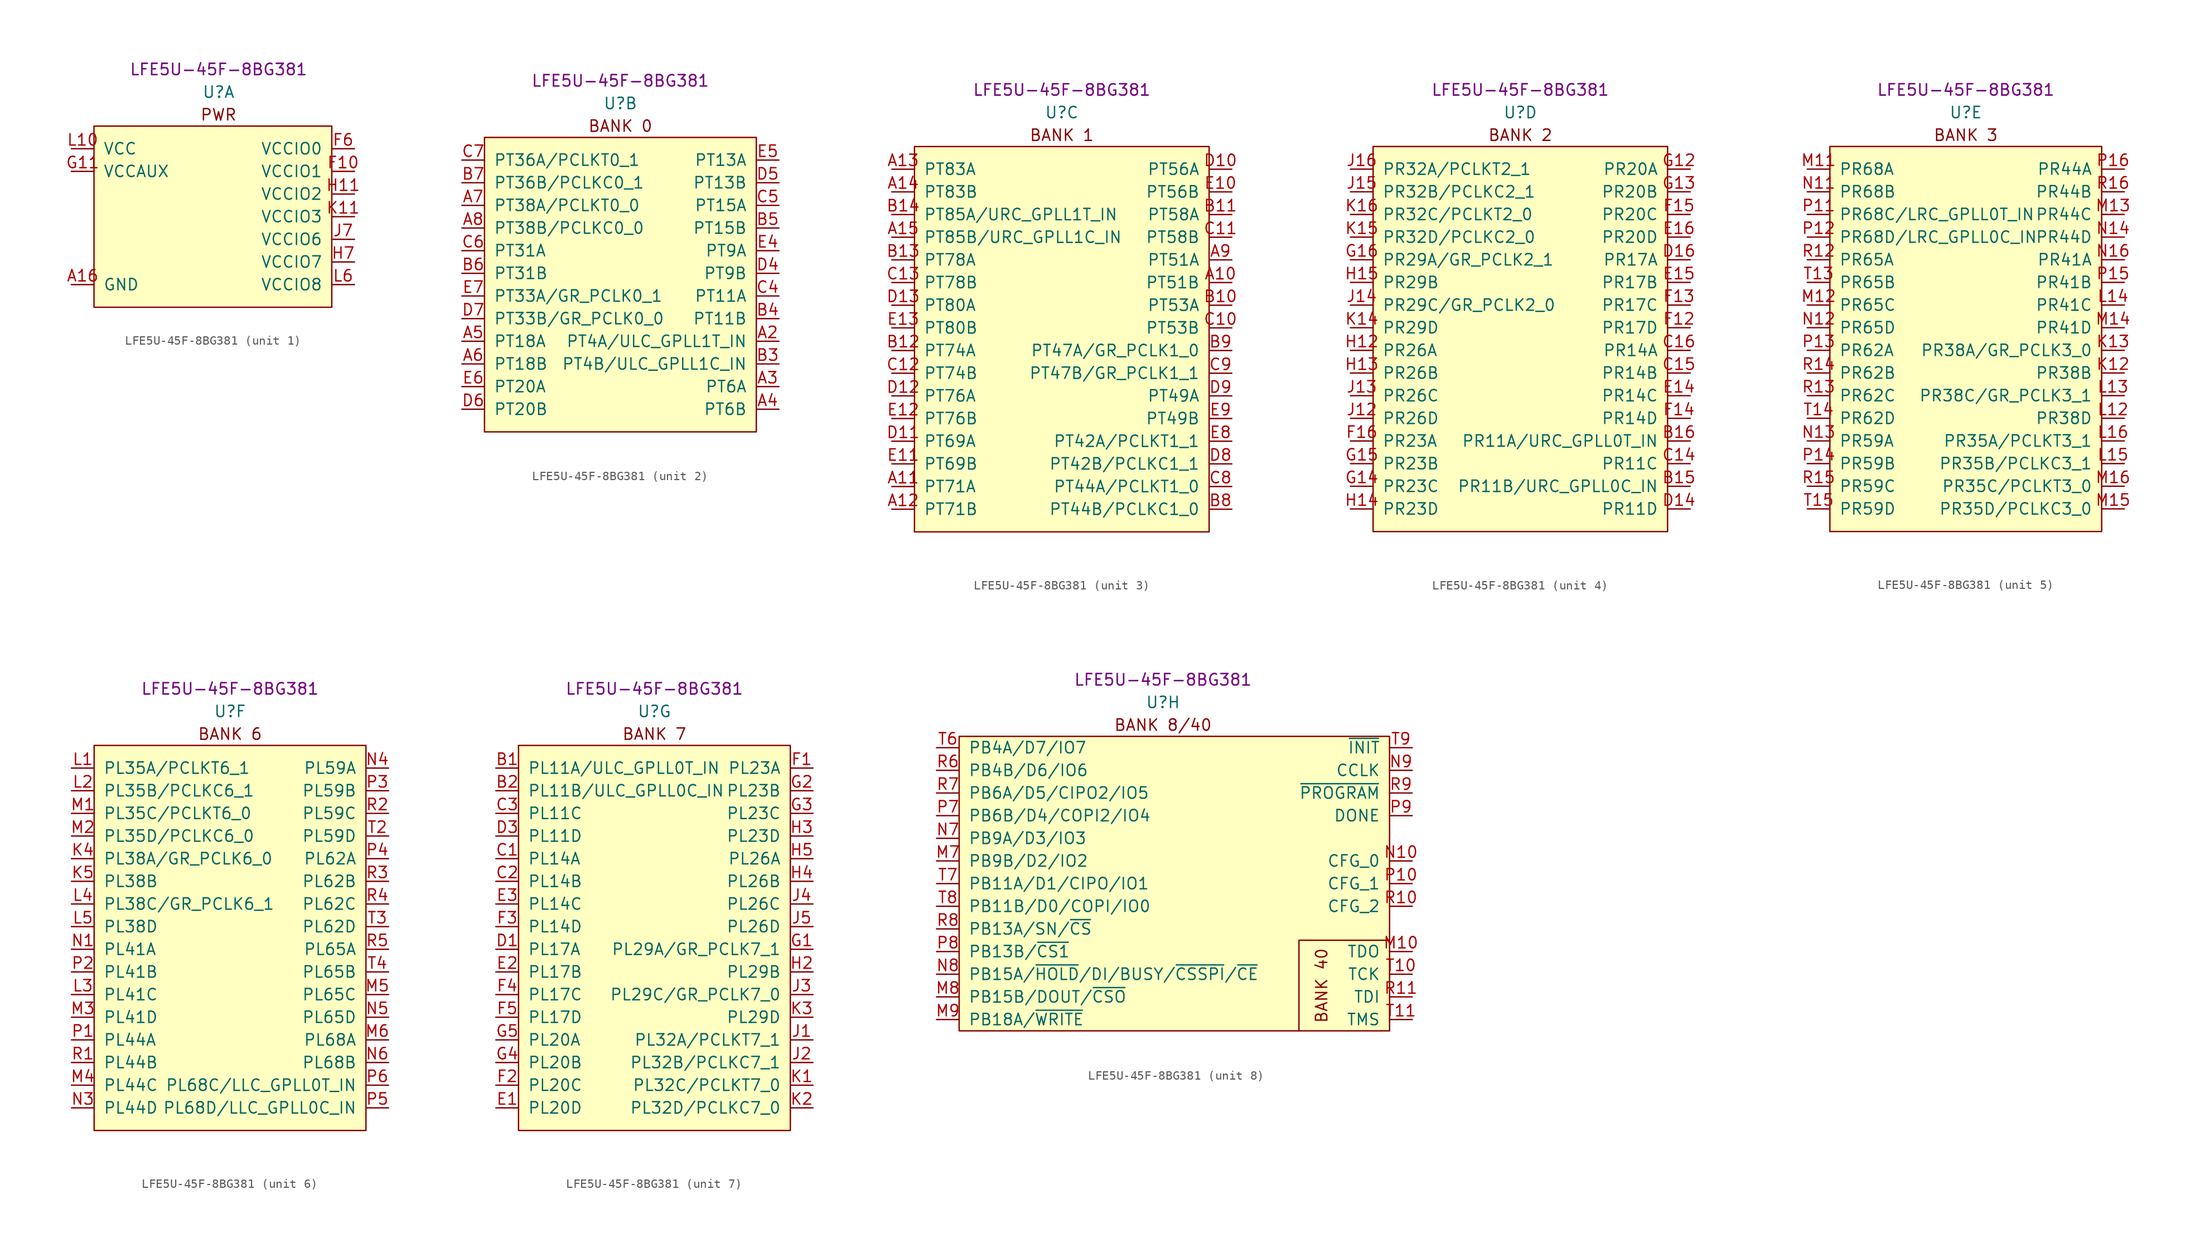
<source format=kicad_sym>
(kicad_symbol_lib
  (version 20231120)
  (generator "kicad_symbol_editor")
  (generator_version "8.0")
  (symbol "LFE5U-45F-8BG381"
    (pin_names
      (offset 1.016))
    (property "Reference" "U"
      (at 0 6.35 0)
      (effects (font (size 1.27 1.27))))
    (property "Value" "LFE5U-45F-8BG381"
      (at 0 8.89 0)
      (effects (font (size 1.27 1.27))))
    (property "MPN" "LFE5U-45F-8BG381"
      (at 0 8.89 0)
      (effects (font (size 1.27 1.27))))
    (property "ki_locked" ""
      (at 0 0 0)
      (effects (font (size 1.27 1.27))))
    (symbol "LFE5U-45F-8BG381_1_0"
      (text "PWR" (at 0 3.81 0) (effects (font (size 1.27 1.27)))))
    (symbol "LFE5U-45F-8BG381_1_1"
      (rectangle (start -13.97 2.54) (end 12.7 -17.78) (stroke (width 0) (type default)) (fill (type background)))
      (pin passive line (at -16.51 -15.24 0) (length 2.54) hide (name "GND" (effects (font (size 1.27 1.27)))) (number "A1" (effects (font (size 1.27 1.27)))))
      (pin passive line (at -16.51 -15.24 0) (length 2.54) (name "GND" (effects (font (size 1.27 1.27)))) (number "A16" (effects (font (size 1.27 1.27)))))
      (pin passive line (at -16.51 -15.24 0) (length 2.54) hide (name "GND" (effects (font (size 1.27 1.27)))) (number "D15" (effects (font (size 1.27 1.27)))))
      (pin passive line (at -16.51 -15.24 0) (length 2.54) hide (name "GND" (effects (font (size 1.27 1.27)))) (number "D2" (effects (font (size 1.27 1.27)))))
      (pin power_in line (at 15.24 -2.54 180) (length 2.54) (name "VCCIO1" (effects (font (size 1.27 1.27)))) (number "F10" (effects (font (size 1.27 1.27)))))
      (pin passive line (at 15.24 -2.54 180) (length 2.54) hide (name "VCCIO1" (effects (font (size 1.27 1.27)))) (number "F11" (effects (font (size 1.27 1.27)))))
      (pin power_in line (at 15.24 0 180) (length 2.54) (name "VCCIO0" (effects (font (size 1.27 1.27)))) (number "F6" (effects (font (size 1.27 1.27)))))
      (pin passive line (at 15.24 0 180) (length 2.54) hide (name "VCCIO0" (effects (font (size 1.27 1.27)))) (number "F7" (effects (font (size 1.27 1.27)))))
      (pin passive line (at -16.51 -15.24 0) (length 2.54) hide (name "GND" (effects (font (size 1.27 1.27)))) (number "F8" (effects (font (size 1.27 1.27)))))
      (pin passive line (at -16.51 -15.24 0) (length 2.54) hide (name "GND" (effects (font (size 1.27 1.27)))) (number "F9" (effects (font (size 1.27 1.27)))))
      (pin passive line (at -16.51 -15.24 0) (length 2.54) hide (name "GND" (effects (font (size 1.27 1.27)))) (number "G10" (effects (font (size 1.27 1.27)))))
      (pin power_in line (at -16.51 -2.54 0) (length 2.54) (name "VCCAUX" (effects (font (size 1.27 1.27)))) (number "G11" (effects (font (size 1.27 1.27)))))
      (pin passive line (at -16.51 0 0) (length 2.54) hide (name "VCC" (effects (font (size 1.27 1.27)))) (number "G6" (effects (font (size 1.27 1.27)))))
      (pin passive line (at -16.51 0 0) (length 2.54) hide (name "VCC" (effects (font (size 1.27 1.27)))) (number "G7" (effects (font (size 1.27 1.27)))))
      (pin passive line (at -16.51 -15.24 0) (length 2.54) hide (name "GND" (effects (font (size 1.27 1.27)))) (number "G8" (effects (font (size 1.27 1.27)))))
      (pin passive line (at -16.51 0 0) (length 2.54) hide (name "VCC" (effects (font (size 1.27 1.27)))) (number "G9" (effects (font (size 1.27 1.27)))))
      (pin passive line (at -16.51 -15.24 0) (length 2.54) hide (name "GND" (effects (font (size 1.27 1.27)))) (number "H1" (effects (font (size 1.27 1.27)))))
      (pin passive line (at -16.51 -15.24 0) (length 2.54) hide (name "GND" (effects (font (size 1.27 1.27)))) (number "H10" (effects (font (size 1.27 1.27)))))
      (pin power_in line (at 15.24 -5.08 180) (length 2.54) (name "VCCIO2" (effects (font (size 1.27 1.27)))) (number "H11" (effects (font (size 1.27 1.27)))))
      (pin passive line (at -16.51 -15.24 0) (length 2.54) hide (name "GND" (effects (font (size 1.27 1.27)))) (number "H16" (effects (font (size 1.27 1.27)))))
      (pin passive line (at 15.24 -12.7 180) (length 2.54) hide (name "VCCIO7" (effects (font (size 1.27 1.27)))) (number "H6" (effects (font (size 1.27 1.27)))))
      (pin power_in line (at 15.24 -12.7 180) (length 2.54) (name "VCCIO7" (effects (font (size 1.27 1.27)))) (number "H7" (effects (font (size 1.27 1.27)))))
      (pin passive line (at -16.51 -15.24 0) (length 2.54) hide (name "GND" (effects (font (size 1.27 1.27)))) (number "H8" (effects (font (size 1.27 1.27)))))
      (pin passive line (at -16.51 -15.24 0) (length 2.54) hide (name "GND" (effects (font (size 1.27 1.27)))) (number "H9" (effects (font (size 1.27 1.27)))))
      (pin passive line (at -16.51 -15.24 0) (length 2.54) hide (name "GND" (effects (font (size 1.27 1.27)))) (number "J10" (effects (font (size 1.27 1.27)))))
      (pin passive line (at 15.24 -5.08 180) (length 2.54) hide (name "VCCIO2" (effects (font (size 1.27 1.27)))) (number "J11" (effects (font (size 1.27 1.27)))))
      (pin passive line (at 15.24 -10.16 180) (length 2.54) hide (name "VCCIO6" (effects (font (size 1.27 1.27)))) (number "J6" (effects (font (size 1.27 1.27)))))
      (pin power_in line (at 15.24 -10.16 180) (length 2.54) (name "VCCIO6" (effects (font (size 1.27 1.27)))) (number "J7" (effects (font (size 1.27 1.27)))))
      (pin passive line (at -16.51 -15.24 0) (length 2.54) hide (name "GND" (effects (font (size 1.27 1.27)))) (number "J8" (effects (font (size 1.27 1.27)))))
      (pin passive line (at -16.51 -15.24 0) (length 2.54) hide (name "GND" (effects (font (size 1.27 1.27)))) (number "J9" (effects (font (size 1.27 1.27)))))
      (pin passive line (at -16.51 -15.24 0) (length 2.54) hide (name "GND" (effects (font (size 1.27 1.27)))) (number "K10" (effects (font (size 1.27 1.27)))))
      (pin power_in line (at 15.24 -7.62 180) (length 2.54) (name "VCCIO3" (effects (font (size 1.27 1.27)))) (number "K11" (effects (font (size 1.27 1.27)))))
      (pin passive line (at -16.51 -15.24 0) (length 2.54) hide (name "GND" (effects (font (size 1.27 1.27)))) (number "K6" (effects (font (size 1.27 1.27)))))
      (pin passive line (at -16.51 -15.24 0) (length 2.54) hide (name "GND" (effects (font (size 1.27 1.27)))) (number "K7" (effects (font (size 1.27 1.27)))))
      (pin passive line (at -16.51 -15.24 0) (length 2.54) hide (name "GND" (effects (font (size 1.27 1.27)))) (number "K8" (effects (font (size 1.27 1.27)))))
      (pin passive line (at -16.51 -15.24 0) (length 2.54) hide (name "GND" (effects (font (size 1.27 1.27)))) (number "K9" (effects (font (size 1.27 1.27)))))
      (pin power_in line (at -16.51 0 0) (length 2.54) (name "VCC" (effects (font (size 1.27 1.27)))) (number "L10" (effects (font (size 1.27 1.27)))))
      (pin passive line (at 15.24 -7.62 180) (length 2.54) hide (name "VCCIO3" (effects (font (size 1.27 1.27)))) (number "L11" (effects (font (size 1.27 1.27)))))
      (pin power_in line (at 15.24 -15.24 180) (length 2.54) (name "VCCIO8" (effects (font (size 1.27 1.27)))) (number "L6" (effects (font (size 1.27 1.27)))))
      (pin passive line (at -16.51 -2.54 0) (length 2.54) hide (name "VCCAUX" (effects (font (size 1.27 1.27)))) (number "L7" (effects (font (size 1.27 1.27)))))
      (pin passive line (at -16.51 0 0) (length 2.54) hide (name "VCC" (effects (font (size 1.27 1.27)))) (number "L8" (effects (font (size 1.27 1.27)))))
      (pin passive line (at -16.51 0 0) (length 2.54) hide (name "VCC" (effects (font (size 1.27 1.27)))) (number "L9" (effects (font (size 1.27 1.27)))))
      (pin passive line (at -16.51 -15.24 0) (length 2.54) hide (name "GND" (effects (font (size 1.27 1.27)))) (number "N15" (effects (font (size 1.27 1.27)))))
      (pin passive line (at -16.51 -15.24 0) (length 2.54) hide (name "GND" (effects (font (size 1.27 1.27)))) (number "N2" (effects (font (size 1.27 1.27)))))
      (pin passive line (at -16.51 -15.24 0) (length 2.54) hide (name "GND" (effects (font (size 1.27 1.27)))) (number "T1" (effects (font (size 1.27 1.27)))))
      (pin passive line (at -16.51 -15.24 0) (length 2.54) hide (name "GND" (effects (font (size 1.27 1.27)))) (number "T12" (effects (font (size 1.27 1.27)))))
      (pin passive line (at -16.51 -15.24 0) (length 2.54) hide (name "GND" (effects (font (size 1.27 1.27)))) (number "T16" (effects (font (size 1.27 1.27)))))
      (pin passive line (at -16.51 -15.24 0) (length 2.54) hide (name "GND" (effects (font (size 1.27 1.27)))) (number "T5" (effects (font (size 1.27 1.27))))))
    (symbol "LFE5U-45F-8BG381_2_0"
      (rectangle (start -15.24 2.54) (end 15.24 -30.48) (stroke (width 0) (type default)) (fill (type background)))
      (text "BANK 0" (at 0 3.81 0) (effects (font (size 1.27 1.27)))))
    (symbol "LFE5U-45F-8BG381_2_1"
      (pin bidirectional line (at 17.78 -20.32 180) (length 2.54) (name "PT4A/ULC_GPLL1T_IN" (effects (font (size 1.27 1.27)))) (number "A2" (effects (font (size 1.27 1.27)))))
      (pin bidirectional line (at 17.78 -25.4 180) (length 2.54) (name "PT6A" (effects (font (size 1.27 1.27)))) (number "A3" (effects (font (size 1.27 1.27)))))
      (pin bidirectional line (at 17.78 -27.94 180) (length 2.54) (name "PT6B" (effects (font (size 1.27 1.27)))) (number "A4" (effects (font (size 1.27 1.27)))))
      (pin bidirectional line (at -17.78 -20.32 0) (length 2.54) (name "PT18A" (effects (font (size 1.27 1.27)))) (number "A5" (effects (font (size 1.27 1.27)))))
      (pin bidirectional line (at -17.78 -22.86 0) (length 2.54) (name "PT18B" (effects (font (size 1.27 1.27)))) (number "A6" (effects (font (size 1.27 1.27)))))
      (pin bidirectional line (at -17.78 -5.08 0) (length 2.54) (name "PT38A/PCLKT0_0" (effects (font (size 1.27 1.27)))) (number "A7" (effects (font (size 1.27 1.27)))))
      (pin bidirectional line (at -17.78 -7.62 0) (length 2.54) (name "PT38B/PCLKC0_0" (effects (font (size 1.27 1.27)))) (number "A8" (effects (font (size 1.27 1.27)))))
      (pin bidirectional line (at 17.78 -22.86 180) (length 2.54) (name "PT4B/ULC_GPLL1C_IN" (effects (font (size 1.27 1.27)))) (number "B3" (effects (font (size 1.27 1.27)))))
      (pin bidirectional line (at 17.78 -17.78 180) (length 2.54) (name "PT11B" (effects (font (size 1.27 1.27)))) (number "B4" (effects (font (size 1.27 1.27)))))
      (pin bidirectional line (at 17.78 -7.62 180) (length 2.54) (name "PT15B" (effects (font (size 1.27 1.27)))) (number "B5" (effects (font (size 1.27 1.27)))))
      (pin bidirectional line (at -17.78 -12.7 0) (length 2.54) (name "PT31B" (effects (font (size 1.27 1.27)))) (number "B6" (effects (font (size 1.27 1.27)))))
      (pin bidirectional line (at -17.78 -2.54 0) (length 2.54) (name "PT36B/PCLKC0_1" (effects (font (size 1.27 1.27)))) (number "B7" (effects (font (size 1.27 1.27)))))
      (pin bidirectional line (at 17.78 -15.24 180) (length 2.54) (name "PT11A" (effects (font (size 1.27 1.27)))) (number "C4" (effects (font (size 1.27 1.27)))))
      (pin bidirectional line (at 17.78 -5.08 180) (length 2.54) (name "PT15A" (effects (font (size 1.27 1.27)))) (number "C5" (effects (font (size 1.27 1.27)))))
      (pin bidirectional line (at -17.78 -10.16 0) (length 2.54) (name "PT31A" (effects (font (size 1.27 1.27)))) (number "C6" (effects (font (size 1.27 1.27)))))
      (pin bidirectional line (at -17.78 0 0) (length 2.54) (name "PT36A/PCLKT0_1" (effects (font (size 1.27 1.27)))) (number "C7" (effects (font (size 1.27 1.27)))))
      (pin bidirectional line (at 17.78 -12.7 180) (length 2.54) (name "PT9B" (effects (font (size 1.27 1.27)))) (number "D4" (effects (font (size 1.27 1.27)))))
      (pin bidirectional line (at 17.78 -2.54 180) (length 2.54) (name "PT13B" (effects (font (size 1.27 1.27)))) (number "D5" (effects (font (size 1.27 1.27)))))
      (pin bidirectional line (at -17.78 -27.94 0) (length 2.54) (name "PT20B" (effects (font (size 1.27 1.27)))) (number "D6" (effects (font (size 1.27 1.27)))))
      (pin bidirectional line (at -17.78 -17.78 0) (length 2.54) (name "PT33B/GR_PCLK0_0" (effects (font (size 1.27 1.27)))) (number "D7" (effects (font (size 1.27 1.27)))))
      (pin bidirectional line (at 17.78 -10.16 180) (length 2.54) (name "PT9A" (effects (font (size 1.27 1.27)))) (number "E4" (effects (font (size 1.27 1.27)))))
      (pin bidirectional line (at 17.78 0 180) (length 2.54) (name "PT13A" (effects (font (size 1.27 1.27)))) (number "E5" (effects (font (size 1.27 1.27)))))
      (pin bidirectional line (at -17.78 -25.4 0) (length 2.54) (name "PT20A" (effects (font (size 1.27 1.27)))) (number "E6" (effects (font (size 1.27 1.27)))))
      (pin bidirectional line (at -17.78 -15.24 0) (length 2.54) (name "PT33A/GR_PCLK0_1" (effects (font (size 1.27 1.27)))) (number "E7" (effects (font (size 1.27 1.27))))))
    (symbol "LFE5U-45F-8BG381_3_0"
      (rectangle (start -16.51 2.54) (end 16.51 -40.64) (stroke (width 0) (type default)) (fill (type background)))
      (text "BANK 1" (at 0 3.81 0) (effects (font (size 1.27 1.27)))))
    (symbol "LFE5U-45F-8BG381_3_1"
      (pin bidirectional line (at 19.05 -12.7 180) (length 2.54) (name "PT51B" (effects (font (size 1.27 1.27)))) (number "A10" (effects (font (size 1.27 1.27)))))
      (pin bidirectional line (at -19.05 -35.56 0) (length 2.54) (name "PT71A" (effects (font (size 1.27 1.27)))) (number "A11" (effects (font (size 1.27 1.27)))))
      (pin bidirectional line (at -19.05 -38.1 0) (length 2.54) (name "PT71B" (effects (font (size 1.27 1.27)))) (number "A12" (effects (font (size 1.27 1.27)))))
      (pin bidirectional line (at -19.05 0 0) (length 2.54) (name "PT83A" (effects (font (size 1.27 1.27)))) (number "A13" (effects (font (size 1.27 1.27)))))
      (pin bidirectional line (at -19.05 -2.54 0) (length 2.54) (name "PT83B" (effects (font (size 1.27 1.27)))) (number "A14" (effects (font (size 1.27 1.27)))))
      (pin bidirectional line (at -19.05 -7.62 0) (length 2.54) (name "PT85B/URC_GPLL1C_IN" (effects (font (size 1.27 1.27)))) (number "A15" (effects (font (size 1.27 1.27)))))
      (pin bidirectional line (at 19.05 -10.16 180) (length 2.54) (name "PT51A" (effects (font (size 1.27 1.27)))) (number "A9" (effects (font (size 1.27 1.27)))))
      (pin bidirectional line (at 19.05 -15.24 180) (length 2.54) (name "PT53A" (effects (font (size 1.27 1.27)))) (number "B10" (effects (font (size 1.27 1.27)))))
      (pin bidirectional line (at 19.05 -5.08 180) (length 2.54) (name "PT58A" (effects (font (size 1.27 1.27)))) (number "B11" (effects (font (size 1.27 1.27)))))
      (pin bidirectional line (at -19.05 -20.32 0) (length 2.54) (name "PT74A" (effects (font (size 1.27 1.27)))) (number "B12" (effects (font (size 1.27 1.27)))))
      (pin bidirectional line (at -19.05 -10.16 0) (length 2.54) (name "PT78A" (effects (font (size 1.27 1.27)))) (number "B13" (effects (font (size 1.27 1.27)))))
      (pin bidirectional line (at -19.05 -5.08 0) (length 2.54) (name "PT85A/URC_GPLL1T_IN" (effects (font (size 1.27 1.27)))) (number "B14" (effects (font (size 1.27 1.27)))))
      (pin bidirectional line (at 19.05 -38.1 180) (length 2.54) (name "PT44B/PCLKC1_0" (effects (font (size 1.27 1.27)))) (number "B8" (effects (font (size 1.27 1.27)))))
      (pin bidirectional line (at 19.05 -20.32 180) (length 2.54) (name "PT47A/GR_PCLK1_0" (effects (font (size 1.27 1.27)))) (number "B9" (effects (font (size 1.27 1.27)))))
      (pin bidirectional line (at 19.05 -17.78 180) (length 2.54) (name "PT53B" (effects (font (size 1.27 1.27)))) (number "C10" (effects (font (size 1.27 1.27)))))
      (pin bidirectional line (at 19.05 -7.62 180) (length 2.54) (name "PT58B" (effects (font (size 1.27 1.27)))) (number "C11" (effects (font (size 1.27 1.27)))))
      (pin bidirectional line (at -19.05 -22.86 0) (length 2.54) (name "PT74B" (effects (font (size 1.27 1.27)))) (number "C12" (effects (font (size 1.27 1.27)))))
      (pin bidirectional line (at -19.05 -12.7 0) (length 2.54) (name "PT78B" (effects (font (size 1.27 1.27)))) (number "C13" (effects (font (size 1.27 1.27)))))
      (pin bidirectional line (at 19.05 -35.56 180) (length 2.54) (name "PT44A/PCLKT1_0" (effects (font (size 1.27 1.27)))) (number "C8" (effects (font (size 1.27 1.27)))))
      (pin bidirectional line (at 19.05 -22.86 180) (length 2.54) (name "PT47B/GR_PCLK1_1" (effects (font (size 1.27 1.27)))) (number "C9" (effects (font (size 1.27 1.27)))))
      (pin bidirectional line (at 19.05 0 180) (length 2.54) (name "PT56A" (effects (font (size 1.27 1.27)))) (number "D10" (effects (font (size 1.27 1.27)))))
      (pin bidirectional line (at -19.05 -30.48 0) (length 2.54) (name "PT69A" (effects (font (size 1.27 1.27)))) (number "D11" (effects (font (size 1.27 1.27)))))
      (pin bidirectional line (at -19.05 -25.4 0) (length 2.54) (name "PT76A" (effects (font (size 1.27 1.27)))) (number "D12" (effects (font (size 1.27 1.27)))))
      (pin bidirectional line (at -19.05 -15.24 0) (length 2.54) (name "PT80A" (effects (font (size 1.27 1.27)))) (number "D13" (effects (font (size 1.27 1.27)))))
      (pin bidirectional line (at 19.05 -33.02 180) (length 2.54) (name "PT42B/PCLKC1_1" (effects (font (size 1.27 1.27)))) (number "D8" (effects (font (size 1.27 1.27)))))
      (pin bidirectional line (at 19.05 -25.4 180) (length 2.54) (name "PT49A" (effects (font (size 1.27 1.27)))) (number "D9" (effects (font (size 1.27 1.27)))))
      (pin bidirectional line (at 19.05 -2.54 180) (length 2.54) (name "PT56B" (effects (font (size 1.27 1.27)))) (number "E10" (effects (font (size 1.27 1.27)))))
      (pin bidirectional line (at -19.05 -33.02 0) (length 2.54) (name "PT69B" (effects (font (size 1.27 1.27)))) (number "E11" (effects (font (size 1.27 1.27)))))
      (pin bidirectional line (at -19.05 -27.94 0) (length 2.54) (name "PT76B" (effects (font (size 1.27 1.27)))) (number "E12" (effects (font (size 1.27 1.27)))))
      (pin bidirectional line (at -19.05 -17.78 0) (length 2.54) (name "PT80B" (effects (font (size 1.27 1.27)))) (number "E13" (effects (font (size 1.27 1.27)))))
      (pin bidirectional line (at 19.05 -30.48 180) (length 2.54) (name "PT42A/PCLKT1_1" (effects (font (size 1.27 1.27)))) (number "E8" (effects (font (size 1.27 1.27)))))
      (pin bidirectional line (at 19.05 -27.94 180) (length 2.54) (name "PT49B" (effects (font (size 1.27 1.27)))) (number "E9" (effects (font (size 1.27 1.27))))))
    (symbol "LFE5U-45F-8BG381_4_0"
      (rectangle (start -16.51 2.54) (end 16.51 -40.64) (stroke (width 0) (type default)) (fill (type background)))
      (text "BANK 2" (at 0 3.81 0) (effects (font (size 1.27 1.27)))))
    (symbol "LFE5U-45F-8BG381_4_1"
      (pin bidirectional line (at 19.05 -35.56 180) (length 2.54) (name "PR11B/URC_GPLL0C_IN" (effects (font (size 1.27 1.27)))) (number "B15" (effects (font (size 1.27 1.27)))))
      (pin bidirectional line (at 19.05 -30.48 180) (length 2.54) (name "PR11A/URC_GPLL0T_IN" (effects (font (size 1.27 1.27)))) (number "B16" (effects (font (size 1.27 1.27)))))
      (pin bidirectional line (at 19.05 -33.02 180) (length 2.54) (name "PR11C" (effects (font (size 1.27 1.27)))) (number "C14" (effects (font (size 1.27 1.27)))))
      (pin bidirectional line (at 19.05 -22.86 180) (length 2.54) (name "PR14B" (effects (font (size 1.27 1.27)))) (number "C15" (effects (font (size 1.27 1.27)))))
      (pin bidirectional line (at 19.05 -20.32 180) (length 2.54) (name "PR14A" (effects (font (size 1.27 1.27)))) (number "C16" (effects (font (size 1.27 1.27)))))
      (pin bidirectional line (at 19.05 -38.1 180) (length 2.54) (name "PR11D" (effects (font (size 1.27 1.27)))) (number "D14" (effects (font (size 1.27 1.27)))))
      (pin bidirectional line (at 19.05 -10.16 180) (length 2.54) (name "PR17A" (effects (font (size 1.27 1.27)))) (number "D16" (effects (font (size 1.27 1.27)))))
      (pin bidirectional line (at 19.05 -25.4 180) (length 2.54) (name "PR14C" (effects (font (size 1.27 1.27)))) (number "E14" (effects (font (size 1.27 1.27)))))
      (pin bidirectional line (at 19.05 -12.7 180) (length 2.54) (name "PR17B" (effects (font (size 1.27 1.27)))) (number "E15" (effects (font (size 1.27 1.27)))))
      (pin bidirectional line (at 19.05 -7.62 180) (length 2.54) (name "PR20D" (effects (font (size 1.27 1.27)))) (number "E16" (effects (font (size 1.27 1.27)))))
      (pin bidirectional line (at 19.05 -17.78 180) (length 2.54) (name "PR17D" (effects (font (size 1.27 1.27)))) (number "F12" (effects (font (size 1.27 1.27)))))
      (pin bidirectional line (at 19.05 -15.24 180) (length 2.54) (name "PR17C" (effects (font (size 1.27 1.27)))) (number "F13" (effects (font (size 1.27 1.27)))))
      (pin bidirectional line (at 19.05 -27.94 180) (length 2.54) (name "PR14D" (effects (font (size 1.27 1.27)))) (number "F14" (effects (font (size 1.27 1.27)))))
      (pin bidirectional line (at 19.05 -5.08 180) (length 2.54) (name "PR20C" (effects (font (size 1.27 1.27)))) (number "F15" (effects (font (size 1.27 1.27)))))
      (pin bidirectional line (at -19.05 -30.48 0) (length 2.54) (name "PR23A" (effects (font (size 1.27 1.27)))) (number "F16" (effects (font (size 1.27 1.27)))))
      (pin bidirectional line (at 19.05 0 180) (length 2.54) (name "PR20A" (effects (font (size 1.27 1.27)))) (number "G12" (effects (font (size 1.27 1.27)))))
      (pin bidirectional line (at 19.05 -2.54 180) (length 2.54) (name "PR20B" (effects (font (size 1.27 1.27)))) (number "G13" (effects (font (size 1.27 1.27)))))
      (pin bidirectional line (at -19.05 -35.56 0) (length 2.54) (name "PR23C" (effects (font (size 1.27 1.27)))) (number "G14" (effects (font (size 1.27 1.27)))))
      (pin bidirectional line (at -19.05 -33.02 0) (length 2.54) (name "PR23B" (effects (font (size 1.27 1.27)))) (number "G15" (effects (font (size 1.27 1.27)))))
      (pin bidirectional line (at -19.05 -10.16 0) (length 2.54) (name "PR29A/GR_PCLK2_1" (effects (font (size 1.27 1.27)))) (number "G16" (effects (font (size 1.27 1.27)))))
      (pin bidirectional line (at -19.05 -20.32 0) (length 2.54) (name "PR26A" (effects (font (size 1.27 1.27)))) (number "H12" (effects (font (size 1.27 1.27)))))
      (pin bidirectional line (at -19.05 -22.86 0) (length 2.54) (name "PR26B" (effects (font (size 1.27 1.27)))) (number "H13" (effects (font (size 1.27 1.27)))))
      (pin bidirectional line (at -19.05 -38.1 0) (length 2.54) (name "PR23D" (effects (font (size 1.27 1.27)))) (number "H14" (effects (font (size 1.27 1.27)))))
      (pin bidirectional line (at -19.05 -12.7 0) (length 2.54) (name "PR29B" (effects (font (size 1.27 1.27)))) (number "H15" (effects (font (size 1.27 1.27)))))
      (pin bidirectional line (at -19.05 -27.94 0) (length 2.54) (name "PR26D" (effects (font (size 1.27 1.27)))) (number "J12" (effects (font (size 1.27 1.27)))))
      (pin bidirectional line (at -19.05 -25.4 0) (length 2.54) (name "PR26C" (effects (font (size 1.27 1.27)))) (number "J13" (effects (font (size 1.27 1.27)))))
      (pin bidirectional line (at -19.05 -15.24 0) (length 2.54) (name "PR29C/GR_PCLK2_0" (effects (font (size 1.27 1.27)))) (number "J14" (effects (font (size 1.27 1.27)))))
      (pin bidirectional line (at -19.05 -2.54 0) (length 2.54) (name "PR32B/PCLKC2_1" (effects (font (size 1.27 1.27)))) (number "J15" (effects (font (size 1.27 1.27)))))
      (pin bidirectional line (at -19.05 0 0) (length 2.54) (name "PR32A/PCLKT2_1" (effects (font (size 1.27 1.27)))) (number "J16" (effects (font (size 1.27 1.27)))))
      (pin bidirectional line (at -19.05 -17.78 0) (length 2.54) (name "PR29D" (effects (font (size 1.27 1.27)))) (number "K14" (effects (font (size 1.27 1.27)))))
      (pin bidirectional line (at -19.05 -7.62 0) (length 2.54) (name "PR32D/PCLKC2_0" (effects (font (size 1.27 1.27)))) (number "K15" (effects (font (size 1.27 1.27)))))
      (pin bidirectional line (at -19.05 -5.08 0) (length 2.54) (name "PR32C/PCLKT2_0" (effects (font (size 1.27 1.27)))) (number "K16" (effects (font (size 1.27 1.27))))))
    (symbol "LFE5U-45F-8BG381_5_0"
      (rectangle (start -15.24 2.54) (end 15.24 -40.64) (stroke (width 0) (type default)) (fill (type background)))
      (text "BANK 3" (at 0 3.81 0) (effects (font (size 1.27 1.27)))))
    (symbol "LFE5U-45F-8BG381_5_1"
      (pin bidirectional line (at 17.78 -22.86 180) (length 2.54) (name "PR38B" (effects (font (size 1.27 1.27)))) (number "K12" (effects (font (size 1.27 1.27)))))
      (pin bidirectional line (at 17.78 -20.32 180) (length 2.54) (name "PR38A/GR_PCLK3_0" (effects (font (size 1.27 1.27)))) (number "K13" (effects (font (size 1.27 1.27)))))
      (pin bidirectional line (at 17.78 -27.94 180) (length 2.54) (name "PR38D" (effects (font (size 1.27 1.27)))) (number "L12" (effects (font (size 1.27 1.27)))))
      (pin bidirectional line (at 17.78 -25.4 180) (length 2.54) (name "PR38C/GR_PCLK3_1" (effects (font (size 1.27 1.27)))) (number "L13" (effects (font (size 1.27 1.27)))))
      (pin bidirectional line (at 17.78 -15.24 180) (length 2.54) (name "PR41C" (effects (font (size 1.27 1.27)))) (number "L14" (effects (font (size 1.27 1.27)))))
      (pin bidirectional line (at 17.78 -33.02 180) (length 2.54) (name "PR35B/PCLKC3_1" (effects (font (size 1.27 1.27)))) (number "L15" (effects (font (size 1.27 1.27)))))
      (pin bidirectional line (at 17.78 -30.48 180) (length 2.54) (name "PR35A/PCLKT3_1" (effects (font (size 1.27 1.27)))) (number "L16" (effects (font (size 1.27 1.27)))))
      (pin bidirectional line (at -17.78 0 0) (length 2.54) (name "PR68A" (effects (font (size 1.27 1.27)))) (number "M11" (effects (font (size 1.27 1.27)))))
      (pin bidirectional line (at -17.78 -15.24 0) (length 2.54) (name "PR65C" (effects (font (size 1.27 1.27)))) (number "M12" (effects (font (size 1.27 1.27)))))
      (pin bidirectional line (at 17.78 -5.08 180) (length 2.54) (name "PR44C" (effects (font (size 1.27 1.27)))) (number "M13" (effects (font (size 1.27 1.27)))))
      (pin bidirectional line (at 17.78 -17.78 180) (length 2.54) (name "PR41D" (effects (font (size 1.27 1.27)))) (number "M14" (effects (font (size 1.27 1.27)))))
      (pin bidirectional line (at 17.78 -38.1 180) (length 2.54) (name "PR35D/PCLKC3_0" (effects (font (size 1.27 1.27)))) (number "M15" (effects (font (size 1.27 1.27)))))
      (pin bidirectional line (at 17.78 -35.56 180) (length 2.54) (name "PR35C/PCLKT3_0" (effects (font (size 1.27 1.27)))) (number "M16" (effects (font (size 1.27 1.27)))))
      (pin bidirectional line (at -17.78 -2.54 0) (length 2.54) (name "PR68B" (effects (font (size 1.27 1.27)))) (number "N11" (effects (font (size 1.27 1.27)))))
      (pin bidirectional line (at -17.78 -17.78 0) (length 2.54) (name "PR65D" (effects (font (size 1.27 1.27)))) (number "N12" (effects (font (size 1.27 1.27)))))
      (pin bidirectional line (at -17.78 -30.48 0) (length 2.54) (name "PR59A" (effects (font (size 1.27 1.27)))) (number "N13" (effects (font (size 1.27 1.27)))))
      (pin bidirectional line (at 17.78 -7.62 180) (length 2.54) (name "PR44D" (effects (font (size 1.27 1.27)))) (number "N14" (effects (font (size 1.27 1.27)))))
      (pin bidirectional line (at 17.78 -10.16 180) (length 2.54) (name "PR41A" (effects (font (size 1.27 1.27)))) (number "N16" (effects (font (size 1.27 1.27)))))
      (pin bidirectional line (at -17.78 -5.08 0) (length 2.54) (name "PR68C/LRC_GPLL0T_IN" (effects (font (size 1.27 1.27)))) (number "P11" (effects (font (size 1.27 1.27)))))
      (pin bidirectional line (at -17.78 -7.62 0) (length 2.54) (name "PR68D/LRC_GPLL0C_IN" (effects (font (size 1.27 1.27)))) (number "P12" (effects (font (size 1.27 1.27)))))
      (pin bidirectional line (at -17.78 -20.32 0) (length 2.54) (name "PR62A" (effects (font (size 1.27 1.27)))) (number "P13" (effects (font (size 1.27 1.27)))))
      (pin bidirectional line (at -17.78 -33.02 0) (length 2.54) (name "PR59B" (effects (font (size 1.27 1.27)))) (number "P14" (effects (font (size 1.27 1.27)))))
      (pin bidirectional line (at 17.78 -12.7 180) (length 2.54) (name "PR41B" (effects (font (size 1.27 1.27)))) (number "P15" (effects (font (size 1.27 1.27)))))
      (pin bidirectional line (at 17.78 0 180) (length 2.54) (name "PR44A" (effects (font (size 1.27 1.27)))) (number "P16" (effects (font (size 1.27 1.27)))))
      (pin bidirectional line (at -17.78 -10.16 0) (length 2.54) (name "PR65A" (effects (font (size 1.27 1.27)))) (number "R12" (effects (font (size 1.27 1.27)))))
      (pin bidirectional line (at -17.78 -25.4 0) (length 2.54) (name "PR62C" (effects (font (size 1.27 1.27)))) (number "R13" (effects (font (size 1.27 1.27)))))
      (pin bidirectional line (at -17.78 -22.86 0) (length 2.54) (name "PR62B" (effects (font (size 1.27 1.27)))) (number "R14" (effects (font (size 1.27 1.27)))))
      (pin bidirectional line (at -17.78 -35.56 0) (length 2.54) (name "PR59C" (effects (font (size 1.27 1.27)))) (number "R15" (effects (font (size 1.27 1.27)))))
      (pin bidirectional line (at 17.78 -2.54 180) (length 2.54) (name "PR44B" (effects (font (size 1.27 1.27)))) (number "R16" (effects (font (size 1.27 1.27)))))
      (pin bidirectional line (at -17.78 -12.7 0) (length 2.54) (name "PR65B" (effects (font (size 1.27 1.27)))) (number "T13" (effects (font (size 1.27 1.27)))))
      (pin bidirectional line (at -17.78 -27.94 0) (length 2.54) (name "PR62D" (effects (font (size 1.27 1.27)))) (number "T14" (effects (font (size 1.27 1.27)))))
      (pin bidirectional line (at -17.78 -38.1 0) (length 2.54) (name "PR59D" (effects (font (size 1.27 1.27)))) (number "T15" (effects (font (size 1.27 1.27))))))
    (symbol "LFE5U-45F-8BG381_6_1"
      (rectangle (start -15.24 2.54) (end 15.24 -40.64) (stroke (width 0) (type default)) (fill (type background)))
      (text "BANK 6" (at 0 3.81 0) (effects (font (size 1.27 1.27))))
      (pin bidirectional line (at -17.78 -10.16 0) (length 2.54) (name "PL38A/GR_PCLK6_0" (effects (font (size 1.27 1.27)))) (number "K4" (effects (font (size 1.27 1.27)))))
      (pin bidirectional line (at -17.78 -12.7 0) (length 2.54) (name "PL38B" (effects (font (size 1.27 1.27)))) (number "K5" (effects (font (size 1.27 1.27)))))
      (pin bidirectional line (at -17.78 0 0) (length 2.54) (name "PL35A/PCLKT6_1" (effects (font (size 1.27 1.27)))) (number "L1" (effects (font (size 1.27 1.27)))))
      (pin bidirectional line (at -17.78 -2.54 0) (length 2.54) (name "PL35B/PCLKC6_1" (effects (font (size 1.27 1.27)))) (number "L2" (effects (font (size 1.27 1.27)))))
      (pin bidirectional line (at -17.78 -25.4 0) (length 2.54) (name "PL41C" (effects (font (size 1.27 1.27)))) (number "L3" (effects (font (size 1.27 1.27)))))
      (pin bidirectional line (at -17.78 -15.24 0) (length 2.54) (name "PL38C/GR_PCLK6_1" (effects (font (size 1.27 1.27)))) (number "L4" (effects (font (size 1.27 1.27)))))
      (pin bidirectional line (at -17.78 -17.78 0) (length 2.54) (name "PL38D" (effects (font (size 1.27 1.27)))) (number "L5" (effects (font (size 1.27 1.27)))))
      (pin bidirectional line (at -17.78 -5.08 0) (length 2.54) (name "PL35C/PCLKT6_0" (effects (font (size 1.27 1.27)))) (number "M1" (effects (font (size 1.27 1.27)))))
      (pin bidirectional line (at -17.78 -7.62 0) (length 2.54) (name "PL35D/PCLKC6_0" (effects (font (size 1.27 1.27)))) (number "M2" (effects (font (size 1.27 1.27)))))
      (pin bidirectional line (at -17.78 -27.94 0) (length 2.54) (name "PL41D" (effects (font (size 1.27 1.27)))) (number "M3" (effects (font (size 1.27 1.27)))))
      (pin bidirectional line (at -17.78 -35.56 0) (length 2.54) (name "PL44C" (effects (font (size 1.27 1.27)))) (number "M4" (effects (font (size 1.27 1.27)))))
      (pin bidirectional line (at 17.78 -25.4 180) (length 2.54) (name "PL65C" (effects (font (size 1.27 1.27)))) (number "M5" (effects (font (size 1.27 1.27)))))
      (pin bidirectional line (at 17.78 -30.48 180) (length 2.54) (name "PL68A" (effects (font (size 1.27 1.27)))) (number "M6" (effects (font (size 1.27 1.27)))))
      (pin bidirectional line (at -17.78 -20.32 0) (length 2.54) (name "PL41A" (effects (font (size 1.27 1.27)))) (number "N1" (effects (font (size 1.27 1.27)))))
      (pin bidirectional line (at -17.78 -38.1 0) (length 2.54) (name "PL44D" (effects (font (size 1.27 1.27)))) (number "N3" (effects (font (size 1.27 1.27)))))
      (pin bidirectional line (at 17.78 0 180) (length 2.54) (name "PL59A" (effects (font (size 1.27 1.27)))) (number "N4" (effects (font (size 1.27 1.27)))))
      (pin bidirectional line (at 17.78 -27.94 180) (length 2.54) (name "PL65D" (effects (font (size 1.27 1.27)))) (number "N5" (effects (font (size 1.27 1.27)))))
      (pin bidirectional line (at 17.78 -33.02 180) (length 2.54) (name "PL68B" (effects (font (size 1.27 1.27)))) (number "N6" (effects (font (size 1.27 1.27)))))
      (pin bidirectional line (at -17.78 -30.48 0) (length 2.54) (name "PL44A" (effects (font (size 1.27 1.27)))) (number "P1" (effects (font (size 1.27 1.27)))))
      (pin bidirectional line (at -17.78 -22.86 0) (length 2.54) (name "PL41B" (effects (font (size 1.27 1.27)))) (number "P2" (effects (font (size 1.27 1.27)))))
      (pin bidirectional line (at 17.78 -2.54 180) (length 2.54) (name "PL59B" (effects (font (size 1.27 1.27)))) (number "P3" (effects (font (size 1.27 1.27)))))
      (pin bidirectional line (at 17.78 -10.16 180) (length 2.54) (name "PL62A" (effects (font (size 1.27 1.27)))) (number "P4" (effects (font (size 1.27 1.27)))))
      (pin bidirectional line (at 17.78 -38.1 180) (length 2.54) (name "PL68D/LLC_GPLL0C_IN" (effects (font (size 1.27 1.27)))) (number "P5" (effects (font (size 1.27 1.27)))))
      (pin bidirectional line (at 17.78 -35.56 180) (length 2.54) (name "PL68C/LLC_GPLL0T_IN" (effects (font (size 1.27 1.27)))) (number "P6" (effects (font (size 1.27 1.27)))))
      (pin bidirectional line (at -17.78 -33.02 0) (length 2.54) (name "PL44B" (effects (font (size 1.27 1.27)))) (number "R1" (effects (font (size 1.27 1.27)))))
      (pin bidirectional line (at 17.78 -5.08 180) (length 2.54) (name "PL59C" (effects (font (size 1.27 1.27)))) (number "R2" (effects (font (size 1.27 1.27)))))
      (pin bidirectional line (at 17.78 -12.7 180) (length 2.54) (name "PL62B" (effects (font (size 1.27 1.27)))) (number "R3" (effects (font (size 1.27 1.27)))))
      (pin bidirectional line (at 17.78 -15.24 180) (length 2.54) (name "PL62C" (effects (font (size 1.27 1.27)))) (number "R4" (effects (font (size 1.27 1.27)))))
      (pin bidirectional line (at 17.78 -20.32 180) (length 2.54) (name "PL65A" (effects (font (size 1.27 1.27)))) (number "R5" (effects (font (size 1.27 1.27)))))
      (pin bidirectional line (at 17.78 -7.62 180) (length 2.54) (name "PL59D" (effects (font (size 1.27 1.27)))) (number "T2" (effects (font (size 1.27 1.27)))))
      (pin bidirectional line (at 17.78 -17.78 180) (length 2.54) (name "PL62D" (effects (font (size 1.27 1.27)))) (number "T3" (effects (font (size 1.27 1.27)))))
      (pin bidirectional line (at 17.78 -22.86 180) (length 2.54) (name "PL65B" (effects (font (size 1.27 1.27)))) (number "T4" (effects (font (size 1.27 1.27))))))
    (symbol "LFE5U-45F-8BG381_7_0"
      (rectangle (start -15.24 2.54) (end 15.24 -40.64) (stroke (width 0) (type default)) (fill (type background)))
      (text "BANK 7" (at 0 3.81 0) (effects (font (size 1.27 1.27)))))
    (symbol "LFE5U-45F-8BG381_7_1"
      (pin bidirectional line (at -17.78 0 0) (length 2.54) (name "PL11A/ULC_GPLL0T_IN" (effects (font (size 1.27 1.27)))) (number "B1" (effects (font (size 1.27 1.27)))))
      (pin bidirectional line (at -17.78 -2.54 0) (length 2.54) (name "PL11B/ULC_GPLL0C_IN" (effects (font (size 1.27 1.27)))) (number "B2" (effects (font (size 1.27 1.27)))))
      (pin bidirectional line (at -17.78 -10.16 0) (length 2.54) (name "PL14A" (effects (font (size 1.27 1.27)))) (number "C1" (effects (font (size 1.27 1.27)))))
      (pin bidirectional line (at -17.78 -12.7 0) (length 2.54) (name "PL14B" (effects (font (size 1.27 1.27)))) (number "C2" (effects (font (size 1.27 1.27)))))
      (pin bidirectional line (at -17.78 -5.08 0) (length 2.54) (name "PL11C" (effects (font (size 1.27 1.27)))) (number "C3" (effects (font (size 1.27 1.27)))))
      (pin bidirectional line (at -17.78 -20.32 0) (length 2.54) (name "PL17A" (effects (font (size 1.27 1.27)))) (number "D1" (effects (font (size 1.27 1.27)))))
      (pin bidirectional line (at -17.78 -7.62 0) (length 2.54) (name "PL11D" (effects (font (size 1.27 1.27)))) (number "D3" (effects (font (size 1.27 1.27)))))
      (pin bidirectional line (at -17.78 -38.1 0) (length 2.54) (name "PL20D" (effects (font (size 1.27 1.27)))) (number "E1" (effects (font (size 1.27 1.27)))))
      (pin bidirectional line (at -17.78 -22.86 0) (length 2.54) (name "PL17B" (effects (font (size 1.27 1.27)))) (number "E2" (effects (font (size 1.27 1.27)))))
      (pin bidirectional line (at -17.78 -15.24 0) (length 2.54) (name "PL14C" (effects (font (size 1.27 1.27)))) (number "E3" (effects (font (size 1.27 1.27)))))
      (pin bidirectional line (at 17.78 0 180) (length 2.54) (name "PL23A" (effects (font (size 1.27 1.27)))) (number "F1" (effects (font (size 1.27 1.27)))))
      (pin bidirectional line (at -17.78 -35.56 0) (length 2.54) (name "PL20C" (effects (font (size 1.27 1.27)))) (number "F2" (effects (font (size 1.27 1.27)))))
      (pin bidirectional line (at -17.78 -17.78 0) (length 2.54) (name "PL14D" (effects (font (size 1.27 1.27)))) (number "F3" (effects (font (size 1.27 1.27)))))
      (pin bidirectional line (at -17.78 -25.4 0) (length 2.54) (name "PL17C" (effects (font (size 1.27 1.27)))) (number "F4" (effects (font (size 1.27 1.27)))))
      (pin bidirectional line (at -17.78 -27.94 0) (length 2.54) (name "PL17D" (effects (font (size 1.27 1.27)))) (number "F5" (effects (font (size 1.27 1.27)))))
      (pin bidirectional line (at 17.78 -20.32 180) (length 2.54) (name "PL29A/GR_PCLK7_1" (effects (font (size 1.27 1.27)))) (number "G1" (effects (font (size 1.27 1.27)))))
      (pin bidirectional line (at 17.78 -2.54 180) (length 2.54) (name "PL23B" (effects (font (size 1.27 1.27)))) (number "G2" (effects (font (size 1.27 1.27)))))
      (pin bidirectional line (at 17.78 -5.08 180) (length 2.54) (name "PL23C" (effects (font (size 1.27 1.27)))) (number "G3" (effects (font (size 1.27 1.27)))))
      (pin bidirectional line (at -17.78 -33.02 0) (length 2.54) (name "PL20B" (effects (font (size 1.27 1.27)))) (number "G4" (effects (font (size 1.27 1.27)))))
      (pin bidirectional line (at -17.78 -30.48 0) (length 2.54) (name "PL20A" (effects (font (size 1.27 1.27)))) (number "G5" (effects (font (size 1.27 1.27)))))
      (pin bidirectional line (at 17.78 -22.86 180) (length 2.54) (name "PL29B" (effects (font (size 1.27 1.27)))) (number "H2" (effects (font (size 1.27 1.27)))))
      (pin bidirectional line (at 17.78 -7.62 180) (length 2.54) (name "PL23D" (effects (font (size 1.27 1.27)))) (number "H3" (effects (font (size 1.27 1.27)))))
      (pin bidirectional line (at 17.78 -12.7 180) (length 2.54) (name "PL26B" (effects (font (size 1.27 1.27)))) (number "H4" (effects (font (size 1.27 1.27)))))
      (pin bidirectional line (at 17.78 -10.16 180) (length 2.54) (name "PL26A" (effects (font (size 1.27 1.27)))) (number "H5" (effects (font (size 1.27 1.27)))))
      (pin bidirectional line (at 17.78 -30.48 180) (length 2.54) (name "PL32A/PCLKT7_1" (effects (font (size 1.27 1.27)))) (number "J1" (effects (font (size 1.27 1.27)))))
      (pin bidirectional line (at 17.78 -33.02 180) (length 2.54) (name "PL32B/PCLKC7_1" (effects (font (size 1.27 1.27)))) (number "J2" (effects (font (size 1.27 1.27)))))
      (pin bidirectional line (at 17.78 -25.4 180) (length 2.54) (name "PL29C/GR_PCLK7_0" (effects (font (size 1.27 1.27)))) (number "J3" (effects (font (size 1.27 1.27)))))
      (pin bidirectional line (at 17.78 -15.24 180) (length 2.54) (name "PL26C" (effects (font (size 1.27 1.27)))) (number "J4" (effects (font (size 1.27 1.27)))))
      (pin bidirectional line (at 17.78 -17.78 180) (length 2.54) (name "PL26D" (effects (font (size 1.27 1.27)))) (number "J5" (effects (font (size 1.27 1.27)))))
      (pin bidirectional line (at 17.78 -35.56 180) (length 2.54) (name "PL32C/PCLKT7_0" (effects (font (size 1.27 1.27)))) (number "K1" (effects (font (size 1.27 1.27)))))
      (pin bidirectional line (at 17.78 -38.1 180) (length 2.54) (name "PL32D/PCLKC7_0" (effects (font (size 1.27 1.27)))) (number "K2" (effects (font (size 1.27 1.27)))))
      (pin bidirectional line (at 17.78 -27.94 180) (length 2.54) (name "PL29D" (effects (font (size 1.27 1.27)))) (number "K3" (effects (font (size 1.27 1.27))))))
    (symbol "LFE5U-45F-8BG381_8_0"
      (rectangle (start -22.86 2.54) (end 25.4 -30.48) (stroke (width 0) (type default)) (fill (type background)))
      (polyline (pts (xy 25.4 -20.32) (xy 15.24 -20.32) (xy 15.24 -30.48)) (stroke (width 0) (type default)) (fill (type none)))
      (text "BANK 40" (at 17.78 -25.4 900) (effects (font (size 1.27 1.27))))
      (text "BANK 8/40" (at 0 3.81 0) (effects (font (size 1.27 1.27)))))
    (symbol "LFE5U-45F-8BG381_8_1"
      (pin bidirectional line (at 27.94 -21.59 180) (length 2.54) (name "TDO" (effects (font (size 1.27 1.27)))) (number "M10" (effects (font (size 1.27 1.27)))))
      (pin bidirectional line (at -25.4 -11.43 0) (length 2.54) (name "PB9B/D2/IO2" (effects (font (size 1.27 1.27)))) (number "M7" (effects (font (size 1.27 1.27)))))
      (pin bidirectional line (at -25.4 -26.67 0) (length 2.54) (name "PB15B/DOUT/~{CSO}" (effects (font (size 1.27 1.27)))) (number "M8" (effects (font (size 1.27 1.27)))))
      (pin bidirectional line (at -25.4 -29.21 0) (length 2.54) (name "PB18A/~{WRITE}" (effects (font (size 1.27 1.27)))) (number "M9" (effects (font (size 1.27 1.27)))))
      (pin bidirectional line (at 27.94 -11.43 180) (length 2.54) (name "CFG_0" (effects (font (size 1.27 1.27)))) (number "N10" (effects (font (size 1.27 1.27)))))
      (pin bidirectional line (at -25.4 -8.89 0) (length 2.54) (name "PB9A/D3/IO3" (effects (font (size 1.27 1.27)))) (number "N7" (effects (font (size 1.27 1.27)))))
      (pin bidirectional line (at -25.4 -24.13 0) (length 2.54) (name "PB15A/~{HOLD}/DI/BUSY/~{CSSPI}/~{CE}" (effects (font (size 1.27 1.27)))) (number "N8" (effects (font (size 1.27 1.27)))))
      (pin bidirectional line (at 27.94 -1.27 180) (length 2.54) (name "CCLK" (effects (font (size 1.27 1.27)))) (number "N9" (effects (font (size 1.27 1.27)))))
      (pin bidirectional line (at 27.94 -13.97 180) (length 2.54) (name "CFG_1" (effects (font (size 1.27 1.27)))) (number "P10" (effects (font (size 1.27 1.27)))))
      (pin bidirectional line (at -25.4 -6.35 0) (length 2.54) (name "PB6B/D4/COPI2/IO4" (effects (font (size 1.27 1.27)))) (number "P7" (effects (font (size 1.27 1.27)))))
      (pin bidirectional line (at -25.4 -21.59 0) (length 2.54) (name "PB13B/~{CS1}" (effects (font (size 1.27 1.27)))) (number "P8" (effects (font (size 1.27 1.27)))))
      (pin bidirectional line (at 27.94 -6.35 180) (length 2.54) (name "DONE" (effects (font (size 1.27 1.27)))) (number "P9" (effects (font (size 1.27 1.27)))))
      (pin bidirectional line (at 27.94 -16.51 180) (length 2.54) (name "CFG_2" (effects (font (size 1.27 1.27)))) (number "R10" (effects (font (size 1.27 1.27)))))
      (pin bidirectional line (at 27.94 -26.67 180) (length 2.54) (name "TDI" (effects (font (size 1.27 1.27)))) (number "R11" (effects (font (size 1.27 1.27)))))
      (pin bidirectional line (at -25.4 -1.27 0) (length 2.54) (name "PB4B/D6/IO6" (effects (font (size 1.27 1.27)))) (number "R6" (effects (font (size 1.27 1.27)))))
      (pin bidirectional line (at -25.4 -3.81 0) (length 2.54) (name "PB6A/D5/CIPO2/IO5" (effects (font (size 1.27 1.27)))) (number "R7" (effects (font (size 1.27 1.27)))))
      (pin bidirectional line (at -25.4 -19.05 0) (length 2.54) (name "PB13A/SN/~{CS}" (effects (font (size 1.27 1.27)))) (number "R8" (effects (font (size 1.27 1.27)))))
      (pin bidirectional line (at 27.94 -3.81 180) (length 2.54) (name "~{PROGRAM}" (effects (font (size 1.27 1.27)))) (number "R9" (effects (font (size 1.27 1.27)))))
      (pin bidirectional line (at 27.94 -24.13 180) (length 2.54) (name "TCK" (effects (font (size 1.27 1.27)))) (number "T10" (effects (font (size 1.27 1.27)))))
      (pin bidirectional line (at 27.94 -29.21 180) (length 2.54) (name "TMS" (effects (font (size 1.27 1.27)))) (number "T11" (effects (font (size 1.27 1.27)))))
      (pin bidirectional line (at -25.4 1.27 0) (length 2.54) (name "PB4A/D7/IO7" (effects (font (size 1.27 1.27)))) (number "T6" (effects (font (size 1.27 1.27)))))
      (pin bidirectional line (at -25.4 -13.97 0) (length 2.54) (name "PB11A/D1/CIPO/IO1" (effects (font (size 1.27 1.27)))) (number "T7" (effects (font (size 1.27 1.27)))))
      (pin bidirectional line (at -25.4 -16.51 0) (length 2.54) (name "PB11B/D0/COPI/IO0" (effects (font (size 1.27 1.27)))) (number "T8" (effects (font (size 1.27 1.27)))))
      (pin bidirectional line (at 27.94 1.27 180) (length 2.54) (name "~{INIT}" (effects (font (size 1.27 1.27)))) (number "T9" (effects (font (size 1.27 1.27))))))))
</source>
